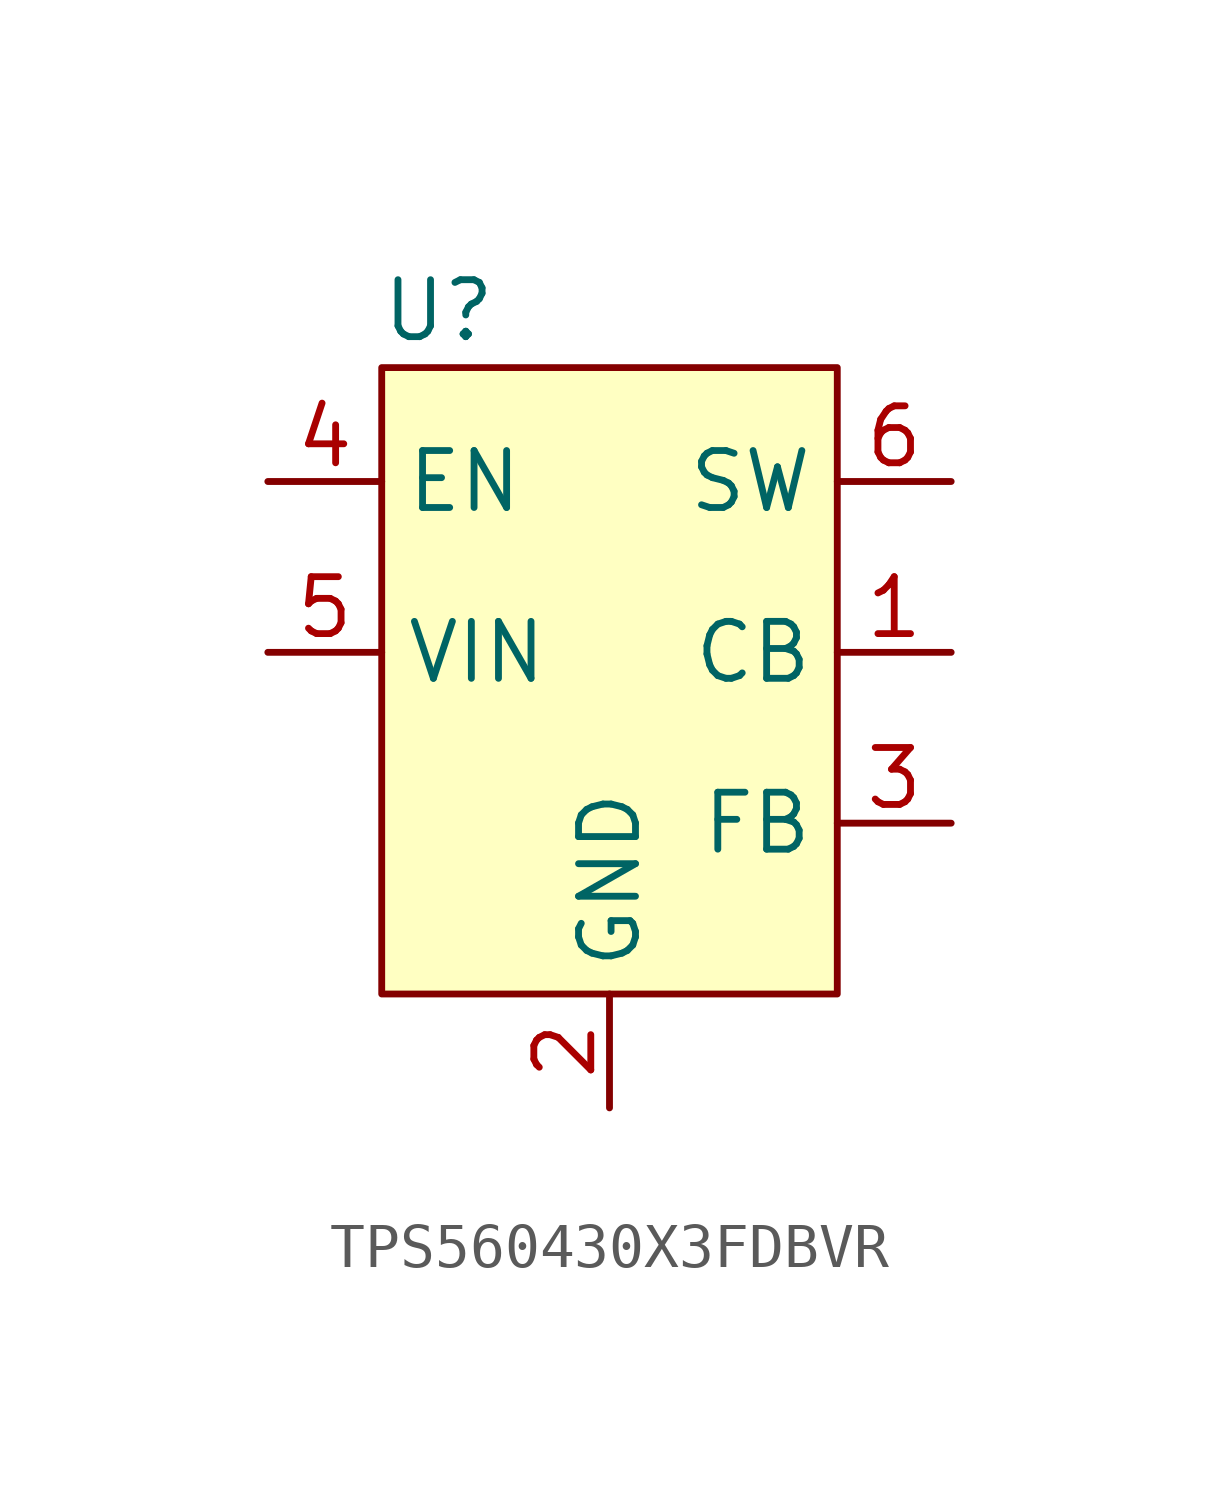
<source format=kicad_sym>
(kicad_symbol_lib
  (version 20220914)
  (generator kicad_symbol_editor)
  (symbol "TPS560430X3FDBVR"
    (property "Reference" "U"
      (at -3.81 5.08 0)
      (effects (font (size 1.27 1.27))))
    (property "Value" ""
      (at -6.35 5.08 0)
      (effects (font (size 1.27 1.27))))
    (symbol "TPS560430X3FDBVR_1_1"
      (rectangle (start -5.08 3.81) (end 5.08 -10.16) (stroke (width 0) (type default)) (fill (type background)))
      (pin input line (at 7.62 -2.54 180) (length 2.54) (name "CB" (effects (font (size 1.27 1.27)))) (number "1" (effects (font (size 1.27 1.27)))))
      (pin input line (at 0 -12.7 90) (length 2.54) (name "GND" (effects (font (size 1.27 1.27)))) (number "2" (effects (font (size 1.27 1.27)))))
      (pin input line (at 7.62 -6.35 180) (length 2.54) (name "FB" (effects (font (size 1.27 1.27)))) (number "3" (effects (font (size 1.27 1.27)))))
      (pin input line (at -7.62 1.27 0) (length 2.54) (name "EN" (effects (font (size 1.27 1.27)))) (number "4" (effects (font (size 1.27 1.27)))))
      (pin input line (at -7.62 -2.54 0) (length 2.54) (name "VIN" (effects (font (size 1.27 1.27)))) (number "5" (effects (font (size 1.27 1.27)))))
      (pin input line (at 7.62 1.27 180) (length 2.54) (name "SW" (effects (font (size 1.27 1.27)))) (number "6" (effects (font (size 1.27 1.27))))))))
</source>
